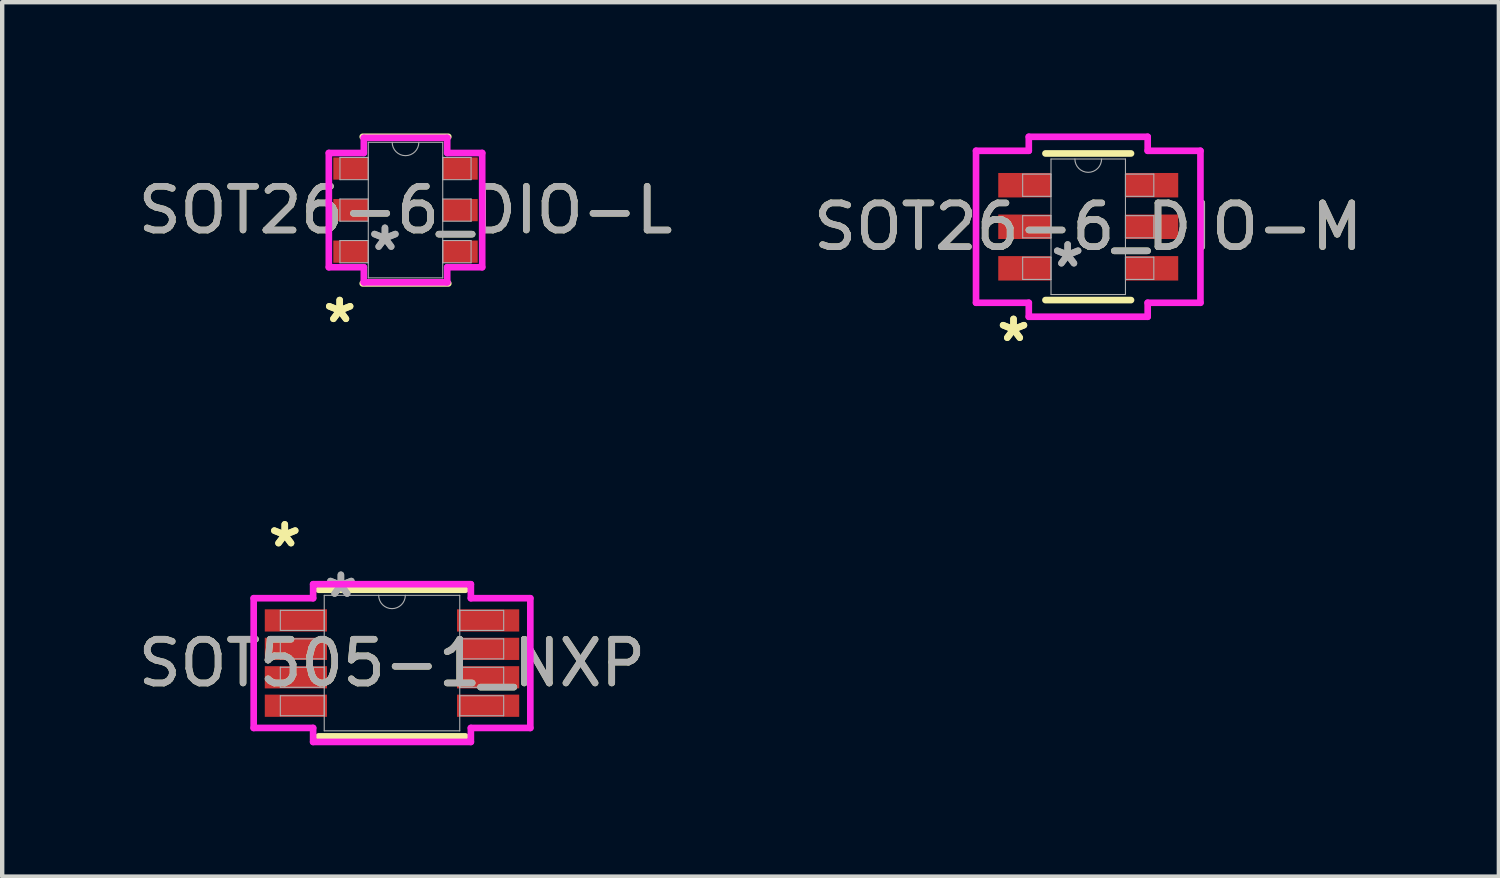
<source format=kicad_pcb>
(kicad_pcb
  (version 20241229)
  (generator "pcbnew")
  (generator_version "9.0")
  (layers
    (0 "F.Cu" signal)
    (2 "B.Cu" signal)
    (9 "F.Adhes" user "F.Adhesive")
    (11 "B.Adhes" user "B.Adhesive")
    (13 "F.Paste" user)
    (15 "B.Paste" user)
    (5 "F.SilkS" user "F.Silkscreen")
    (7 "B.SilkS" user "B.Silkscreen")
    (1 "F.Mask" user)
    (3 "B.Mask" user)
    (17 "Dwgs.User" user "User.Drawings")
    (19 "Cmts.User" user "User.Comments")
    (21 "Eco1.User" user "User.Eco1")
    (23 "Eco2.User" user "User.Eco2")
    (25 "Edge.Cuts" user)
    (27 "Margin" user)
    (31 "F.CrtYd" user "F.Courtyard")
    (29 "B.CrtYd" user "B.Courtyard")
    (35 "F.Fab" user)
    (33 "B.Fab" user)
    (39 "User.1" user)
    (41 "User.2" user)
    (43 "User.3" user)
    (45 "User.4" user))
  (footprint "SOT505-1_NXP"
    (layer "F.Cu")
    (at 5.911 12.108)
    (property "Reference" "SOT505-1_NXP" (at 0 0 0) (unlocked yes) (layer "F.SilkS") (effects (font (size 1 1) (thickness 0.15))))
    (attr smd)
    (fp_line (start -1.676 1.676) (end 1.676 1.676) (stroke (width 0.152) (type solid)) (layer "F.SilkS"))
    (fp_line (start 1.676 -1.676) (end -1.676 -1.676) (stroke (width 0.152) (type solid)) (layer "F.SilkS"))
    (fp_line (start -3.162 -1.483) (end -1.803 -1.483) (stroke (width 0.152) (type solid)) (layer "F.CrtYd"))
    (fp_line (start -3.162 1.483) (end -3.162 -1.483) (stroke (width 0.152) (type solid)) (layer "F.CrtYd"))
    (fp_line (start -3.162 1.483) (end -1.803 1.483) (stroke (width 0.152) (type solid)) (layer "F.CrtYd"))
    (fp_line (start -1.803 -1.803) (end 1.803 -1.803) (stroke (width 0.152) (type solid)) (layer "F.CrtYd"))
    (fp_line (start -1.803 -1.483) (end -1.803 -1.803) (stroke (width 0.152) (type solid)) (layer "F.CrtYd"))
    (fp_line (start -1.803 1.803) (end -1.803 1.483) (stroke (width 0.152) (type solid)) (layer "F.CrtYd"))
    (fp_line (start 1.803 -1.803) (end 1.803 -1.483) (stroke (width 0.152) (type solid)) (layer "F.CrtYd"))
    (fp_line (start 1.803 1.483) (end 1.803 1.803) (stroke (width 0.152) (type solid)) (layer "F.CrtYd"))
    (fp_line (start 1.803 1.803) (end -1.803 1.803) (stroke (width 0.152) (type solid)) (layer "F.CrtYd"))
    (fp_line (start 3.162 -1.483) (end 1.803 -1.483) (stroke (width 0.152) (type solid)) (layer "F.CrtYd"))
    (fp_line (start 3.162 -1.483) (end 3.162 1.483) (stroke (width 0.152) (type solid)) (layer "F.CrtYd"))
    (fp_line (start 3.162 1.483) (end 1.803 1.483) (stroke (width 0.152) (type solid)) (layer "F.CrtYd"))
    (fp_line (start -2.553 -1.204) (end -2.553 -0.746) (stroke (width 0.025) (type solid)) (layer "F.Fab"))
    (fp_line (start -2.553 -0.746) (end -1.549 -0.746) (stroke (width 0.025) (type solid)) (layer "F.Fab"))
    (fp_line (start -2.553 -0.554) (end -2.553 -0.096) (stroke (width 0.025) (type solid)) (layer "F.Fab"))
    (fp_line (start -2.553 -0.096) (end -1.549 -0.096) (stroke (width 0.025) (type solid)) (layer "F.Fab"))
    (fp_line (start -2.553 0.096) (end -2.553 0.554) (stroke (width 0.025) (type solid)) (layer "F.Fab"))
    (fp_line (start -2.553 0.554) (end -1.549 0.554) (stroke (width 0.025) (type solid)) (layer "F.Fab"))
    (fp_line (start -2.553 0.746) (end -2.553 1.204) (stroke (width 0.025) (type solid)) (layer "F.Fab"))
    (fp_line (start -2.553 1.204) (end -1.549 1.204) (stroke (width 0.025) (type solid)) (layer "F.Fab"))
    (fp_line (start -1.549 -1.549) (end -1.549 1.549) (stroke (width 0.025) (type solid)) (layer "F.Fab"))
    (fp_line (start -1.549 -1.204) (end -2.553 -1.204) (stroke (width 0.025) (type solid)) (layer "F.Fab"))
    (fp_line (start -1.549 -0.746) (end -1.549 -1.204) (stroke (width 0.025) (type solid)) (layer "F.Fab"))
    (fp_line (start -1.549 -0.554) (end -2.553 -0.554) (stroke (width 0.025) (type solid)) (layer "F.Fab"))
    (fp_line (start -1.549 -0.096) (end -1.549 -0.554) (stroke (width 0.025) (type solid)) (layer "F.Fab"))
    (fp_line (start -1.549 0.096) (end -2.553 0.096) (stroke (width 0.025) (type solid)) (layer "F.Fab"))
    (fp_line (start -1.549 0.554) (end -1.549 0.096) (stroke (width 0.025) (type solid)) (layer "F.Fab"))
    (fp_line (start -1.549 0.746) (end -2.553 0.746) (stroke (width 0.025) (type solid)) (layer "F.Fab"))
    (fp_line (start -1.549 1.204) (end -1.549 0.746) (stroke (width 0.025) (type solid)) (layer "F.Fab"))
    (fp_line (start -1.549 1.549) (end 1.549 1.549) (stroke (width 0.025) (type solid)) (layer "F.Fab"))
    (fp_line (start 1.549 -1.549) (end -1.549 -1.549) (stroke (width 0.025) (type solid)) (layer "F.Fab"))
    (fp_line (start 1.549 -1.204) (end 1.549 -0.746) (stroke (width 0.025) (type solid)) (layer "F.Fab"))
    (fp_line (start 1.549 -0.746) (end 2.553 -0.746) (stroke (width 0.025) (type solid)) (layer "F.Fab"))
    (fp_line (start 1.549 -0.554) (end 1.549 -0.096) (stroke (width 0.025) (type solid)) (layer "F.Fab"))
    (fp_line (start 1.549 -0.096) (end 2.553 -0.096) (stroke (width 0.025) (type solid)) (layer "F.Fab"))
    (fp_line (start 1.549 0.096) (end 1.549 0.554) (stroke (width 0.025) (type solid)) (layer "F.Fab"))
    (fp_line (start 1.549 0.554) (end 2.553 0.554) (stroke (width 0.025) (type solid)) (layer "F.Fab"))
    (fp_line (start 1.549 0.746) (end 1.549 1.204) (stroke (width 0.025) (type solid)) (layer "F.Fab"))
    (fp_line (start 1.549 1.204) (end 2.553 1.204) (stroke (width 0.025) (type solid)) (layer "F.Fab"))
    (fp_line (start 1.549 1.549) (end 1.549 -1.549) (stroke (width 0.025) (type solid)) (layer "F.Fab"))
    (fp_line (start 2.553 -1.204) (end 1.549 -1.204) (stroke (width 0.025) (type solid)) (layer "F.Fab"))
    (fp_line (start 2.553 -0.746) (end 2.553 -1.204) (stroke (width 0.025) (type solid)) (layer "F.Fab"))
    (fp_line (start 2.553 -0.554) (end 1.549 -0.554) (stroke (width 0.025) (type solid)) (layer "F.Fab"))
    (fp_line (start 2.553 -0.096) (end 2.553 -0.554) (stroke (width 0.025) (type solid)) (layer "F.Fab"))
    (fp_line (start 2.553 0.096) (end 1.549 0.096) (stroke (width 0.025) (type solid)) (layer "F.Fab"))
    (fp_line (start 2.553 0.554) (end 2.553 0.096) (stroke (width 0.025) (type solid)) (layer "F.Fab"))
    (fp_line (start 2.553 0.746) (end 1.549 0.746) (stroke (width 0.025) (type solid)) (layer "F.Fab"))
    (fp_line (start 2.553 1.204) (end 2.553 0.746) (stroke (width 0.025) (type solid)) (layer "F.Fab"))
    (fp_arc (start 0.3048 -1.5494) (mid 0 -1.2446) (end -0.3048 -1.5494) (stroke (width 0.0254) (type solid)) (layer "F.Fab"))
    (fp_text user "*" (at -2.451 -2.626 0) (unlocked yes) (layer "F.SilkS") (effects (font (size 1 1) (thickness 0.15))))
    (fp_text user "*" (at -2.451 -2.626 0) (layer "F.SilkS") (effects (font (size 1 1) (thickness 0.15))))
    (fp_text user "*" (at -1.168 -1.473 0) (unlocked yes) (layer "F.Fab") (effects (font (size 1 1) (thickness 0.15))))
    (fp_text user "${REFERENCE}" (at 0 0 0) (unlocked yes) (layer "F.Fab") (effects (font (size 1 1) (thickness 0.15))))
    (fp_text user "*" (at -1.168 -1.473 0) (layer "F.Fab") (effects (font (size 1 1) (thickness 0.15))))
    (pad "1" smd rect (at -2.197 -0.975) (size 1.422 0.508) (layers "F.Cu" "F.Mask" "F.Paste"))
    (pad "2" smd rect (at -2.197 -0.325) (size 1.422 0.508) (layers "F.Cu" "F.Mask" "F.Paste"))
    (pad "3" smd rect (at -2.197 0.325) (size 1.422 0.508) (layers "F.Cu" "F.Mask" "F.Paste"))
    (pad "4" smd rect (at -2.197 0.975) (size 1.422 0.508) (layers "F.Cu" "F.Mask" "F.Paste"))
    (pad "5" smd rect (at 2.197 0.975) (size 1.422 0.508) (layers "F.Cu" "F.Mask" "F.Paste"))
    (pad "6" smd rect (at 2.197 0.325) (size 1.422 0.508) (layers "F.Cu" "F.Mask" "F.Paste"))
    (pad "7" smd rect (at 2.197 -0.325) (size 1.422 0.508) (layers "F.Cu" "F.Mask" "F.Paste"))
    (pad "8" smd rect (at 2.197 -0.975) (size 1.422 0.508) (layers "F.Cu" "F.Mask" "F.Paste")))
  (footprint "SOT26-6_DIO-L"
    (layer "F.Cu")
    (at 6.22 1.753)
    (property "Reference" "SOT26-6_DIO-L" (at 0 0 0) (unlocked yes) (layer "F.SilkS") (effects (font (size 1 1) (thickness 0.15))))
    (attr smd)
    (fp_line (start -0.978 1.676) (end 0.978 1.676) (stroke (width 0.152) (type solid)) (layer "F.SilkS"))
    (fp_line (start 0.978 -1.676) (end -0.978 -1.676) (stroke (width 0.152) (type solid)) (layer "F.SilkS"))
    (fp_line (start -1.753 -1.306) (end -0.953 -1.306) (stroke (width 0.152) (type solid)) (layer "F.CrtYd"))
    (fp_line (start -1.753 1.306) (end -1.753 -1.306) (stroke (width 0.152) (type solid)) (layer "F.CrtYd"))
    (fp_line (start -1.753 1.306) (end -0.953 1.306) (stroke (width 0.152) (type solid)) (layer "F.CrtYd"))
    (fp_line (start -0.953 -1.651) (end 0.953 -1.651) (stroke (width 0.152) (type solid)) (layer "F.CrtYd"))
    (fp_line (start -0.953 -1.306) (end -0.953 -1.651) (stroke (width 0.152) (type solid)) (layer "F.CrtYd"))
    (fp_line (start -0.953 1.651) (end -0.953 1.306) (stroke (width 0.152) (type solid)) (layer "F.CrtYd"))
    (fp_line (start 0.953 -1.651) (end 0.953 -1.306) (stroke (width 0.152) (type solid)) (layer "F.CrtYd"))
    (fp_line (start 0.953 1.306) (end 0.953 1.651) (stroke (width 0.152) (type solid)) (layer "F.CrtYd"))
    (fp_line (start 0.953 1.651) (end -0.953 1.651) (stroke (width 0.152) (type solid)) (layer "F.CrtYd"))
    (fp_line (start 1.753 -1.306) (end 0.953 -1.306) (stroke (width 0.152) (type solid)) (layer "F.CrtYd"))
    (fp_line (start 1.753 -1.306) (end 1.753 1.306) (stroke (width 0.152) (type solid)) (layer "F.CrtYd"))
    (fp_line (start 1.753 1.306) (end 0.953 1.306) (stroke (width 0.152) (type solid)) (layer "F.CrtYd"))
    (fp_line (start -1.499 -1.204) (end -1.499 -0.696) (stroke (width 0.025) (type solid)) (layer "F.Fab"))
    (fp_line (start -1.499 -0.696) (end -0.851 -0.696) (stroke (width 0.025) (type solid)) (layer "F.Fab"))
    (fp_line (start -1.499 -0.254) (end -1.499 0.254) (stroke (width 0.025) (type solid)) (layer "F.Fab"))
    (fp_line (start -1.499 0.254) (end -0.851 0.254) (stroke (width 0.025) (type solid)) (layer "F.Fab"))
    (fp_line (start -1.499 0.696) (end -1.499 1.204) (stroke (width 0.025) (type solid)) (layer "F.Fab"))
    (fp_line (start -1.499 1.204) (end -0.851 1.204) (stroke (width 0.025) (type solid)) (layer "F.Fab"))
    (fp_line (start -0.851 -1.549) (end -0.851 1.549) (stroke (width 0.025) (type solid)) (layer "F.Fab"))
    (fp_line (start -0.851 -1.204) (end -1.499 -1.204) (stroke (width 0.025) (type solid)) (layer "F.Fab"))
    (fp_line (start -0.851 -0.696) (end -0.851 -1.204) (stroke (width 0.025) (type solid)) (layer "F.Fab"))
    (fp_line (start -0.851 -0.254) (end -1.499 -0.254) (stroke (width 0.025) (type solid)) (layer "F.Fab"))
    (fp_line (start -0.851 0.254) (end -0.851 -0.254) (stroke (width 0.025) (type solid)) (layer "F.Fab"))
    (fp_line (start -0.851 0.696) (end -1.499 0.696) (stroke (width 0.025) (type solid)) (layer "F.Fab"))
    (fp_line (start -0.851 1.204) (end -0.851 0.696) (stroke (width 0.025) (type solid)) (layer "F.Fab"))
    (fp_line (start -0.851 1.549) (end 0.851 1.549) (stroke (width 0.025) (type solid)) (layer "F.Fab"))
    (fp_line (start 0.851 -1.549) (end -0.851 -1.549) (stroke (width 0.025) (type solid)) (layer "F.Fab"))
    (fp_line (start 0.851 -1.204) (end 0.851 -0.696) (stroke (width 0.025) (type solid)) (layer "F.Fab"))
    (fp_line (start 0.851 -0.696) (end 1.499 -0.696) (stroke (width 0.025) (type solid)) (layer "F.Fab"))
    (fp_line (start 0.851 -0.254) (end 0.851 0.254) (stroke (width 0.025) (type solid)) (layer "F.Fab"))
    (fp_line (start 0.851 0.254) (end 1.499 0.254) (stroke (width 0.025) (type solid)) (layer "F.Fab"))
    (fp_line (start 0.851 0.696) (end 0.851 1.204) (stroke (width 0.025) (type solid)) (layer "F.Fab"))
    (fp_line (start 0.851 1.204) (end 1.499 1.204) (stroke (width 0.025) (type solid)) (layer "F.Fab"))
    (fp_line (start 0.851 1.549) (end 0.851 -1.549) (stroke (width 0.025) (type solid)) (layer "F.Fab"))
    (fp_line (start 1.499 -1.204) (end 0.851 -1.204) (stroke (width 0.025) (type solid)) (layer "F.Fab"))
    (fp_line (start 1.499 -0.696) (end 1.499 -1.204) (stroke (width 0.025) (type solid)) (layer "F.Fab"))
    (fp_line (start 1.499 -0.254) (end 0.851 -0.254) (stroke (width 0.025) (type solid)) (layer "F.Fab"))
    (fp_line (start 1.499 0.254) (end 1.499 -0.254) (stroke (width 0.025) (type solid)) (layer "F.Fab"))
    (fp_line (start 1.499 0.696) (end 0.851 0.696) (stroke (width 0.025) (type solid)) (layer "F.Fab"))
    (fp_line (start 1.499 1.204) (end 1.499 0.696) (stroke (width 0.025) (type solid)) (layer "F.Fab"))
    (fp_arc (start 0.3048 -1.5494) (mid 0 -1.2446) (end -0.3048 -1.5494) (stroke (width 0.0254) (type solid)) (layer "F.Fab"))
    (fp_text user "*" (at -1.505 2.601 0) (layer "F.SilkS") (effects (font (size 1 1) (thickness 0.15))))
    (fp_text user "*" (at -1.505 2.601 0) (unlocked yes) (layer "F.SilkS") (effects (font (size 1 1) (thickness 0.15))))
    (fp_text user "*" (at -0.47 0.95 0) (unlocked yes) (layer "F.Fab") (effects (font (size 1 1) (thickness 0.15))))
    (fp_text user "*" (at -0.47 0.95 0) (layer "F.Fab") (effects (font (size 1 1) (thickness 0.15))))
    (fp_text user "${REFERENCE}" (at 0 0 0) (unlocked yes) (layer "F.Fab") (effects (font (size 1 1) (thickness 0.15))))
    (pad "1" smd rect (at -1.251 0.95) (size 0.8 0.508) (layers "F.Cu" "F.Mask" "F.Paste"))
    (pad "2" smd rect (at -1.251 0) (size 0.8 0.508) (layers "F.Cu" "F.Mask" "F.Paste"))
    (pad "3" smd rect (at -1.251 -0.95) (size 0.8 0.508) (layers "F.Cu" "F.Mask" "F.Paste"))
    (pad "4" smd rect (at 1.251 -0.95) (size 0.8 0.508) (layers "F.Cu" "F.Mask" "F.Paste"))
    (pad "5" smd rect (at 1.251 0) (size 0.8 0.508) (layers "F.Cu" "F.Mask" "F.Paste"))
    (pad "6" smd rect (at 1.251 0.95) (size 0.8 0.508) (layers "F.Cu" "F.Mask" "F.Paste")))
  (footprint "SOT26-6_DIO-M"
    (layer "F.Cu")
    (at 21.827 2.134)
    (property "Reference" "SOT26-6_DIO-M" (at 0 0 0) (unlocked yes) (layer "F.SilkS") (effects (font (size 1 1) (thickness 0.15))))
    (attr smd)
    (fp_line (start -0.978 1.676) (end 0.978 1.676) (stroke (width 0.152) (type solid)) (layer "F.SilkS"))
    (fp_line (start 0.978 -1.676) (end -0.978 -1.676) (stroke (width 0.152) (type solid)) (layer "F.SilkS"))
    (fp_line (start -2.565 -1.737) (end -1.359 -1.737) (stroke (width 0.152) (type solid)) (layer "F.CrtYd"))
    (fp_line (start -2.565 1.737) (end -2.565 -1.737) (stroke (width 0.152) (type solid)) (layer "F.CrtYd"))
    (fp_line (start -2.565 1.737) (end -1.359 1.737) (stroke (width 0.152) (type solid)) (layer "F.CrtYd"))
    (fp_line (start -1.359 -2.057) (end 1.359 -2.057) (stroke (width 0.152) (type solid)) (layer "F.CrtYd"))
    (fp_line (start -1.359 -1.737) (end -1.359 -2.057) (stroke (width 0.152) (type solid)) (layer "F.CrtYd"))
    (fp_line (start -1.359 2.057) (end -1.359 1.737) (stroke (width 0.152) (type solid)) (layer "F.CrtYd"))
    (fp_line (start 1.359 -2.057) (end 1.359 -1.737) (stroke (width 0.152) (type solid)) (layer "F.CrtYd"))
    (fp_line (start 1.359 1.737) (end 1.359 2.057) (stroke (width 0.152) (type solid)) (layer "F.CrtYd"))
    (fp_line (start 1.359 2.057) (end -1.359 2.057) (stroke (width 0.152) (type solid)) (layer "F.CrtYd"))
    (fp_line (start 2.565 -1.737) (end 1.359 -1.737) (stroke (width 0.152) (type solid)) (layer "F.CrtYd"))
    (fp_line (start 2.565 -1.737) (end 2.565 1.737) (stroke (width 0.152) (type solid)) (layer "F.CrtYd"))
    (fp_line (start 2.565 1.737) (end 1.359 1.737) (stroke (width 0.152) (type solid)) (layer "F.CrtYd"))
    (fp_line (start -1.499 -1.204) (end -1.499 -0.696) (stroke (width 0.025) (type solid)) (layer "F.Fab"))
    (fp_line (start -1.499 -0.696) (end -0.851 -0.696) (stroke (width 0.025) (type solid)) (layer "F.Fab"))
    (fp_line (start -1.499 -0.254) (end -1.499 0.254) (stroke (width 0.025) (type solid)) (layer "F.Fab"))
    (fp_line (start -1.499 0.254) (end -0.851 0.254) (stroke (width 0.025) (type solid)) (layer "F.Fab"))
    (fp_line (start -1.499 0.696) (end -1.499 1.204) (stroke (width 0.025) (type solid)) (layer "F.Fab"))
    (fp_line (start -1.499 1.204) (end -0.851 1.204) (stroke (width 0.025) (type solid)) (layer "F.Fab"))
    (fp_line (start -0.851 -1.549) (end -0.851 1.549) (stroke (width 0.025) (type solid)) (layer "F.Fab"))
    (fp_line (start -0.851 -1.204) (end -1.499 -1.204) (stroke (width 0.025) (type solid)) (layer "F.Fab"))
    (fp_line (start -0.851 -0.696) (end -0.851 -1.204) (stroke (width 0.025) (type solid)) (layer "F.Fab"))
    (fp_line (start -0.851 -0.254) (end -1.499 -0.254) (stroke (width 0.025) (type solid)) (layer "F.Fab"))
    (fp_line (start -0.851 0.254) (end -0.851 -0.254) (stroke (width 0.025) (type solid)) (layer "F.Fab"))
    (fp_line (start -0.851 0.696) (end -1.499 0.696) (stroke (width 0.025) (type solid)) (layer "F.Fab"))
    (fp_line (start -0.851 1.204) (end -0.851 0.696) (stroke (width 0.025) (type solid)) (layer "F.Fab"))
    (fp_line (start -0.851 1.549) (end 0.851 1.549) (stroke (width 0.025) (type solid)) (layer "F.Fab"))
    (fp_line (start 0.851 -1.549) (end -0.851 -1.549) (stroke (width 0.025) (type solid)) (layer "F.Fab"))
    (fp_line (start 0.851 -1.204) (end 0.851 -0.696) (stroke (width 0.025) (type solid)) (layer "F.Fab"))
    (fp_line (start 0.851 -0.696) (end 1.499 -0.696) (stroke (width 0.025) (type solid)) (layer "F.Fab"))
    (fp_line (start 0.851 -0.254) (end 0.851 0.254) (stroke (width 0.025) (type solid)) (layer "F.Fab"))
    (fp_line (start 0.851 0.254) (end 1.499 0.254) (stroke (width 0.025) (type solid)) (layer "F.Fab"))
    (fp_line (start 0.851 0.696) (end 0.851 1.204) (stroke (width 0.025) (type solid)) (layer "F.Fab"))
    (fp_line (start 0.851 1.204) (end 1.499 1.204) (stroke (width 0.025) (type solid)) (layer "F.Fab"))
    (fp_line (start 0.851 1.549) (end 0.851 -1.549) (stroke (width 0.025) (type solid)) (layer "F.Fab"))
    (fp_line (start 1.499 -1.204) (end 0.851 -1.204) (stroke (width 0.025) (type solid)) (layer "F.Fab"))
    (fp_line (start 1.499 -0.696) (end 1.499 -1.204) (stroke (width 0.025) (type solid)) (layer "F.Fab"))
    (fp_line (start 1.499 -0.254) (end 0.851 -0.254) (stroke (width 0.025) (type solid)) (layer "F.Fab"))
    (fp_line (start 1.499 0.254) (end 1.499 -0.254) (stroke (width 0.025) (type solid)) (layer "F.Fab"))
    (fp_line (start 1.499 0.696) (end 0.851 0.696) (stroke (width 0.025) (type solid)) (layer "F.Fab"))
    (fp_line (start 1.499 1.204) (end 1.499 0.696) (stroke (width 0.025) (type solid)) (layer "F.Fab"))
    (fp_arc (start 0.3048 -1.5494) (mid 0 -1.2446) (end -0.3048 -1.5494) (stroke (width 0.0254) (type solid)) (layer "F.Fab"))
    (fp_text user "*" (at -1.708 2.652 0) (layer "F.SilkS") (effects (font (size 1 1) (thickness 0.15))))
    (fp_text user "*" (at -1.708 2.652 0) (unlocked yes) (layer "F.SilkS") (effects (font (size 1 1) (thickness 0.15))))
    (fp_text user "*" (at -0.47 0.95 0) (unlocked yes) (layer "F.Fab") (effects (font (size 1 1) (thickness 0.15))))
    (fp_text user "${REFERENCE}" (at 0 0 0) (unlocked yes) (layer "F.Fab") (effects (font (size 1 1) (thickness 0.15))))
    (fp_text user "*" (at -0.47 0.95 0) (layer "F.Fab") (effects (font (size 1 1) (thickness 0.15))))
    (pad "1" smd rect (at -1.454 0.95) (size 1.206 0.559) (layers "F.Cu" "F.Mask" "F.Paste"))
    (pad "2" smd rect (at -1.454 0) (size 1.206 0.559) (layers "F.Cu" "F.Mask" "F.Paste"))
    (pad "3" smd rect (at -1.454 -0.95) (size 1.206 0.559) (layers "F.Cu" "F.Mask" "F.Paste"))
    (pad "4" smd rect (at 1.454 -0.95) (size 1.206 0.559) (layers "F.Cu" "F.Mask" "F.Paste"))
    (pad "5" smd rect (at 1.454 0) (size 1.206 0.559) (layers "F.Cu" "F.Mask" "F.Paste"))
    (pad "6" smd rect (at 1.454 0.95) (size 1.206 0.559) (layers "F.Cu" "F.Mask" "F.Paste")))
  (gr_rect
    (start -3 -3)
    (end 31.214 16.988)
    (stroke (width 0.1) (type default))
    (fill no)
    (layer "Edge.Cuts")))
</source>
